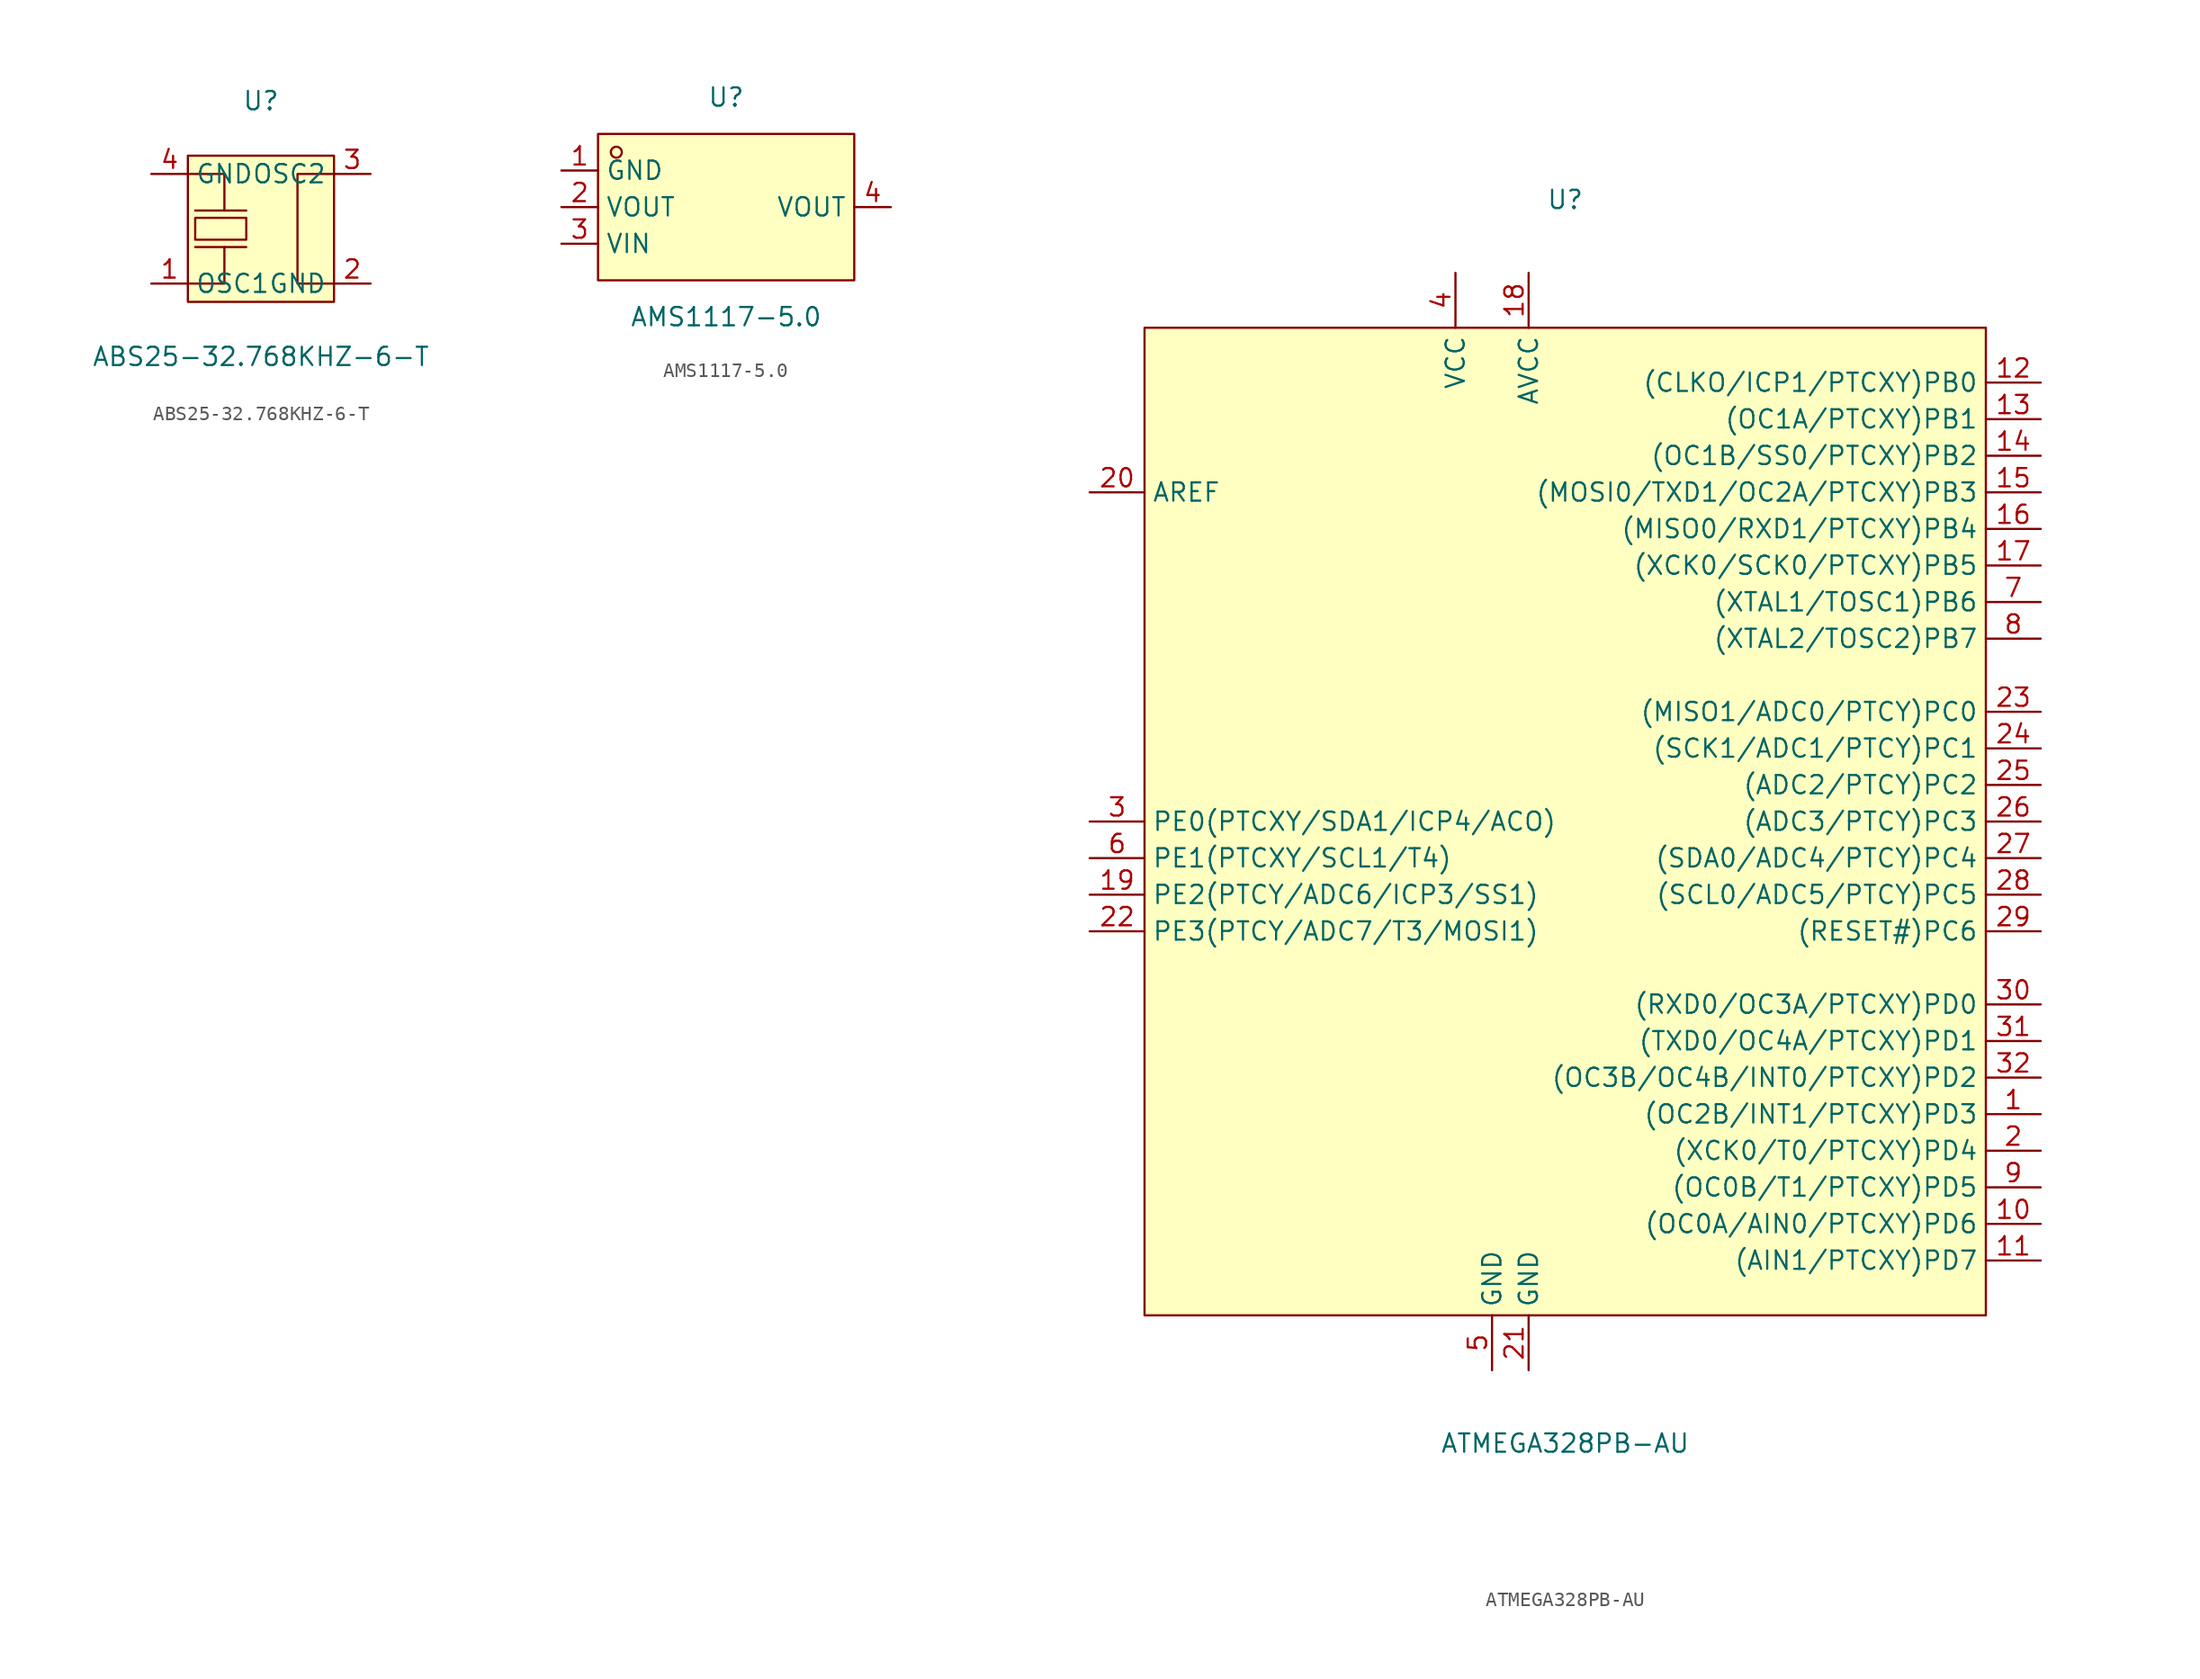
<source format=kicad_sym>
(kicad_symbol_lib
  (version 20211014)
  (generator https://github.com/uPesy/easyeda2kicad.py)
  (symbol "ABS25-32.768KHZ-6-T"
    (property "Reference" "U"
      (at 0 10.16 0)
      (effects (font (size 1.27 1.27))))
    (property "Value" "ABS25-32.768KHZ-6-T"
      (at 0 -7.62 0)
      (effects (font (size 1.27 1.27))))
    (symbol "ABS25-32.768KHZ-6-T_0_1"
      (rectangle (start -5.08 6.35) (end 5.08 -3.81) (stroke (width 0) (type default) (color 0 0 0 0)) (fill (type background)))
      (polyline (pts (xy 5.08 5.08) (xy 2.54 5.08) (xy 2.54 -2.54) (xy 5.08 -2.54)) (stroke (width 0) (type default) (color 0 0 0 0)) (fill (type none)))
      (polyline (pts (xy -4.57 2.03) (xy -1.02 2.03) (xy -1.02 0.51) (xy -4.57 0.51) (xy -4.57 2.03)) (stroke (width 0) (type default) (color 0 0 0 0)) (fill (type background)))
      (polyline (pts (xy -1.02 -0.00) (xy -4.57 -0.00)) (stroke (width 0) (type default) (color 0 0 0 0)) (fill (type none)))
      (polyline (pts (xy -1.02 2.54) (xy -4.57 2.54)) (stroke (width 0) (type default) (color 0 0 0 0)) (fill (type none)))
      (polyline (pts (xy -5.08 -2.54) (xy -2.54 -2.54) (xy -2.54 -0.00)) (stroke (width 0) (type default) (color 0 0 0 0)) (fill (type none)))
      (polyline (pts (xy -5.08 5.08) (xy -2.54 5.08) (xy -2.54 2.54)) (stroke (width 0) (type default) (color 0 0 0 0)) (fill (type none)))
      (pin input line (at -7.62 5.08 0) (length 2.54) (name "GND" (effects (font (size 1.27 1.27)))) (number "4" (effects (font (size 1.27 1.27)))))
      (pin input line (at 7.62 -2.54 180) (length 2.54) (name "GND" (effects (font (size 1.27 1.27)))) (number "2" (effects (font (size 1.27 1.27)))))
      (pin input line (at 7.62 5.08 180) (length 2.54) (name "OSC2" (effects (font (size 1.27 1.27)))) (number "3" (effects (font (size 1.27 1.27)))))
      (pin input line (at -7.62 -2.54 0) (length 2.54) (name "OSC1" (effects (font (size 1.27 1.27)))) (number "1" (effects (font (size 1.27 1.27)))))))
  (symbol "AMS1117-5.0"
    (property "Reference" "U"
      (at 0 7.62 0)
      (effects (font (size 1.27 1.27))))
    (property "Value" "AMS1117-5.0"
      (at 0 -7.62 0)
      (effects (font (size 1.27 1.27))))
    (symbol "AMS1117-5.0_0_1"
      (rectangle (start -8.89 5.08) (end 8.89 -5.08) (stroke (width 0) (type default) (color 0 0 0 0)) (fill (type background)))
      (circle (center -7.62 3.81) (radius 0.38) (stroke (width 0) (type default) (color 0 0 0 0)) (fill (type none)))
      (pin unspecified line (at -11.43 2.54 0) (length 2.54) (name "GND" (effects (font (size 1.27 1.27)))) (number "1" (effects (font (size 1.27 1.27)))))
      (pin unspecified line (at -11.43 -0.00 0) (length 2.54) (name "VOUT" (effects (font (size 1.27 1.27)))) (number "2" (effects (font (size 1.27 1.27)))))
      (pin unspecified line (at -11.43 -2.54 0) (length 2.54) (name "VIN" (effects (font (size 1.27 1.27)))) (number "3" (effects (font (size 1.27 1.27)))))
      (pin unspecified line (at 11.43 -0.00 180) (length 2.54) (name "VOUT" (effects (font (size 1.27 1.27)))) (number "4" (effects (font (size 1.27 1.27)))))))
  (symbol "ATMEGA328PB-AU"
    (property "Reference" "U"
      (at 0 43.18 0)
      (effects (font (size 1.27 1.27))))
    (property "Value" "ATMEGA328PB-AU"
      (at 0 -43.18 0)
      (effects (font (size 1.27 1.27))))
    (symbol "ATMEGA328PB-AU_0_1"
      (rectangle (start -29.21 34.29) (end 29.21 -34.29) (stroke (width 0) (type default) (color 0 0 0 0)) (fill (type background)))
      (pin bidirectional line (at 33.02 -20.32 180) (length 3.81) (name "(OC2B/INT1/PTCXY)PD3" (effects (font (size 1.27 1.27)))) (number "1" (effects (font (size 1.27 1.27)))))
      (pin bidirectional line (at 33.02 -22.86 180) (length 3.81) (name "(XCK0/T0/PTCXY)PD4" (effects (font (size 1.27 1.27)))) (number "2" (effects (font (size 1.27 1.27)))))
      (pin bidirectional line (at -33.02 -0.00 0) (length 3.81) (name "PE0(PTCXY/SDA1/ICP4/ACO)" (effects (font (size 1.27 1.27)))) (number "3" (effects (font (size 1.27 1.27)))))
      (pin bidirectional line (at -7.62 38.10 270) (length 3.81) (name "VCC" (effects (font (size 1.27 1.27)))) (number "4" (effects (font (size 1.27 1.27)))))
      (pin bidirectional line (at -5.08 -38.10 90) (length 3.81) (name "GND" (effects (font (size 1.27 1.27)))) (number "5" (effects (font (size 1.27 1.27)))))
      (pin bidirectional line (at -33.02 -2.54 0) (length 3.81) (name "PE1(PTCXY/SCL1/T4)" (effects (font (size 1.27 1.27)))) (number "6" (effects (font (size 1.27 1.27)))))
      (pin bidirectional line (at 33.02 15.24 180) (length 3.81) (name "(XTAL1/TOSC1)PB6" (effects (font (size 1.27 1.27)))) (number "7" (effects (font (size 1.27 1.27)))))
      (pin bidirectional line (at 33.02 12.70 180) (length 3.81) (name "(XTAL2/TOSC2)PB7" (effects (font (size 1.27 1.27)))) (number "8" (effects (font (size 1.27 1.27)))))
      (pin bidirectional line (at 33.02 -25.40 180) (length 3.81) (name "(OC0B/T1/PTCXY)PD5" (effects (font (size 1.27 1.27)))) (number "9" (effects (font (size 1.27 1.27)))))
      (pin bidirectional line (at 33.02 -27.94 180) (length 3.81) (name "(OC0A/AIN0/PTCXY)PD6" (effects (font (size 1.27 1.27)))) (number "10" (effects (font (size 1.27 1.27)))))
      (pin bidirectional line (at -33.02 22.86 0) (length 3.81) (name "AREF" (effects (font (size 1.27 1.27)))) (number "20" (effects (font (size 1.27 1.27)))))
      (pin bidirectional line (at 33.02 -12.70 180) (length 3.81) (name "(RXD0/OC3A/PTCXY)PD0" (effects (font (size 1.27 1.27)))) (number "30" (effects (font (size 1.27 1.27)))))
      (pin bidirectional line (at 33.02 -30.48 180) (length 3.81) (name "(AIN1/PTCXY)PD7" (effects (font (size 1.27 1.27)))) (number "11" (effects (font (size 1.27 1.27)))))
      (pin bidirectional line (at -2.54 -38.10 90) (length 3.81) (name "GND" (effects (font (size 1.27 1.27)))) (number "21" (effects (font (size 1.27 1.27)))))
      (pin bidirectional line (at 33.02 -15.24 180) (length 3.81) (name "(TXD0/OC4A/PTCXY)PD1" (effects (font (size 1.27 1.27)))) (number "31" (effects (font (size 1.27 1.27)))))
      (pin bidirectional line (at 33.02 30.48 180) (length 3.81) (name "(CLKO/ICP1/PTCXY)PB0" (effects (font (size 1.27 1.27)))) (number "12" (effects (font (size 1.27 1.27)))))
      (pin bidirectional line (at -33.02 -7.62 0) (length 3.81) (name "PE3(PTCY/ADC7/T3/MOSI1)" (effects (font (size 1.27 1.27)))) (number "22" (effects (font (size 1.27 1.27)))))
      (pin bidirectional line (at 33.02 -17.78 180) (length 3.81) (name "(OC3B/OC4B/INT0/PTCXY)PD2" (effects (font (size 1.27 1.27)))) (number "32" (effects (font (size 1.27 1.27)))))
      (pin bidirectional line (at 33.02 27.94 180) (length 3.81) (name "(OC1A/PTCXY)PB1" (effects (font (size 1.27 1.27)))) (number "13" (effects (font (size 1.27 1.27)))))
      (pin bidirectional line (at 33.02 7.62 180) (length 3.81) (name "(MISO1/ADC0/PTCY)PC0" (effects (font (size 1.27 1.27)))) (number "23" (effects (font (size 1.27 1.27)))))
      (pin bidirectional line (at 33.02 25.40 180) (length 3.81) (name "(OC1B/SS0/PTCXY)PB2" (effects (font (size 1.27 1.27)))) (number "14" (effects (font (size 1.27 1.27)))))
      (pin bidirectional line (at 33.02 5.08 180) (length 3.81) (name "(SCK1/ADC1/PTCY)PC1" (effects (font (size 1.27 1.27)))) (number "24" (effects (font (size 1.27 1.27)))))
      (pin bidirectional line (at 33.02 22.86 180) (length 3.81) (name "(MOSI0/TXD1/OC2A/PTCXY)PB3" (effects (font (size 1.27 1.27)))) (number "15" (effects (font (size 1.27 1.27)))))
      (pin bidirectional line (at 33.02 2.54 180) (length 3.81) (name "(ADC2/PTCY)PC2" (effects (font (size 1.27 1.27)))) (number "25" (effects (font (size 1.27 1.27)))))
      (pin bidirectional line (at 33.02 20.32 180) (length 3.81) (name "(MISO0/RXD1/PTCXY)PB4" (effects (font (size 1.27 1.27)))) (number "16" (effects (font (size 1.27 1.27)))))
      (pin bidirectional line (at 33.02 -0.00 180) (length 3.81) (name "(ADC3/PTCY)PC3" (effects (font (size 1.27 1.27)))) (number "26" (effects (font (size 1.27 1.27)))))
      (pin bidirectional line (at 33.02 17.78 180) (length 3.81) (name "(XCK0/SCK0/PTCXY)PB5" (effects (font (size 1.27 1.27)))) (number "17" (effects (font (size 1.27 1.27)))))
      (pin bidirectional line (at 33.02 -2.54 180) (length 3.81) (name "(SDA0/ADC4/PTCY)PC4" (effects (font (size 1.27 1.27)))) (number "27" (effects (font (size 1.27 1.27)))))
      (pin bidirectional line (at -2.54 38.10 270) (length 3.81) (name "AVCC" (effects (font (size 1.27 1.27)))) (number "18" (effects (font (size 1.27 1.27)))))
      (pin bidirectional line (at 33.02 -5.08 180) (length 3.81) (name "(SCL0/ADC5/PTCY)PC5" (effects (font (size 1.27 1.27)))) (number "28" (effects (font (size 1.27 1.27)))))
      (pin bidirectional line (at -33.02 -5.08 0) (length 3.81) (name "PE2(PTCY/ADC6/ICP3/SS1)" (effects (font (size 1.27 1.27)))) (number "19" (effects (font (size 1.27 1.27)))))
      (pin bidirectional line (at 33.02 -7.62 180) (length 3.81) (name "(RESET#)PC6" (effects (font (size 1.27 1.27)))) (number "29" (effects (font (size 1.27 1.27))))))))
</source>
